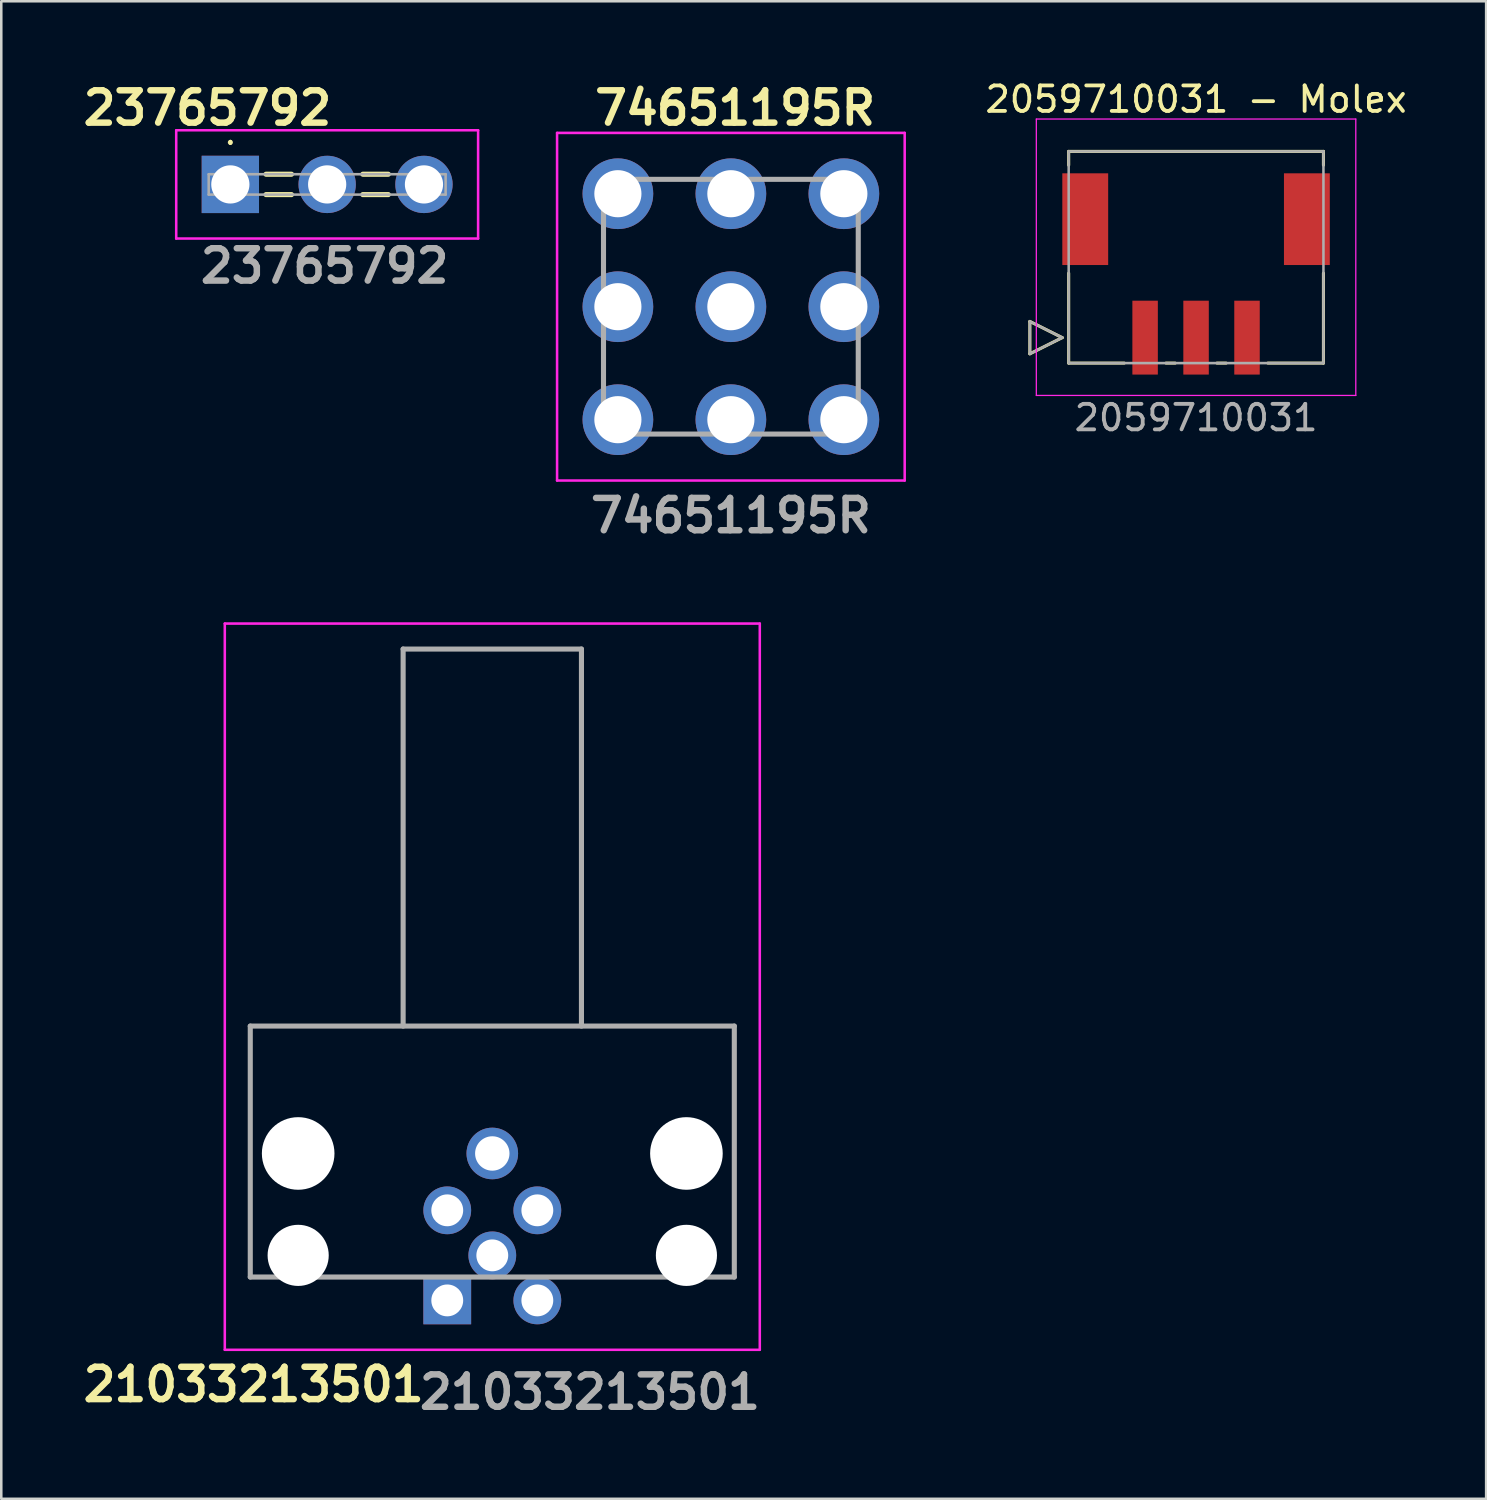
<source format=kicad_pcb>
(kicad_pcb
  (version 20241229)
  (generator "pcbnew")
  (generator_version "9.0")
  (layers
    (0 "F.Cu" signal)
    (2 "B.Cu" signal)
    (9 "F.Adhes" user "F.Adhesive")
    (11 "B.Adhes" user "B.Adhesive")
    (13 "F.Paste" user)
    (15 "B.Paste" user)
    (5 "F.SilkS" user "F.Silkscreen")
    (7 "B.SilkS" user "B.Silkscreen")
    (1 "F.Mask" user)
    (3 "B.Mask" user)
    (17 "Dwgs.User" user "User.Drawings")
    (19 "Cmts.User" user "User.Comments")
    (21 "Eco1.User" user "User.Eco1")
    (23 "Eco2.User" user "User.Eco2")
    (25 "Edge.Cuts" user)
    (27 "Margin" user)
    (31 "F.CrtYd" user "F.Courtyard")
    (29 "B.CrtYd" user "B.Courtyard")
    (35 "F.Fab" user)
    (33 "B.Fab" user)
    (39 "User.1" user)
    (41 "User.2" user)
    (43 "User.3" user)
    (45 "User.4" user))
  (footprint "74651195R"
    (layer "F.Cu")
    (at 25.662 9.112)
    (property "Reference" "74651195R" (at 0.142 -7.923 0) (layer "F.SilkS") (effects (font (size 1.27 1.27) (thickness 0.254))))
    (attr through_hole)
    (fp_line (start -5.023 -2.123) (end -5.023 -2.623) (stroke (width 0.1) (type solid)) (layer "F.SilkS"))
    (fp_line (start -5.023 2.377) (end -5.023 1.877) (stroke (width 0.1) (type solid)) (layer "F.SilkS"))
    (fp_line (start -2.523 -5.123) (end -2.023 -5.123) (stroke (width 0.1) (type solid)) (layer "F.SilkS"))
    (fp_line (start -2.523 4.877) (end -2.023 4.877) (stroke (width 0.1) (type solid)) (layer "F.SilkS"))
    (fp_line (start 1.977 -5.123) (end 2.477 -5.123) (stroke (width 0.1) (type solid)) (layer "F.SilkS"))
    (fp_line (start 1.977 4.877) (end 2.477 4.877) (stroke (width 0.1) (type solid)) (layer "F.SilkS"))
    (fp_line (start 4.977 -2.623) (end 4.977 -2.123) (stroke (width 0.1) (type solid)) (layer "F.SilkS"))
    (fp_line (start 4.977 1.877) (end 4.977 2.377) (stroke (width 0.1) (type solid)) (layer "F.SilkS"))
    (fp_line (start -6.845 -6.945) (end 6.8 -6.945) (stroke (width 0.1) (type solid)) (layer "F.CrtYd"))
    (fp_line (start -6.845 6.7) (end -6.845 -6.945) (stroke (width 0.1) (type solid)) (layer "F.CrtYd"))
    (fp_line (start 6.8 -6.945) (end 6.8 6.7) (stroke (width 0.1) (type solid)) (layer "F.CrtYd"))
    (fp_line (start 6.8 6.7) (end -6.845 6.7) (stroke (width 0.1) (type solid)) (layer "F.CrtYd"))
    (fp_line (start -5.023 -5.123) (end 4.977 -5.123) (stroke (width 0.2) (type solid)) (layer "F.Fab"))
    (fp_line (start -5.023 4.877) (end -5.023 -5.123) (stroke (width 0.2) (type solid)) (layer "F.Fab"))
    (fp_line (start 4.977 -5.123) (end 4.977 4.877) (stroke (width 0.2) (type solid)) (layer "F.Fab"))
    (fp_line (start 4.977 4.877) (end -5.023 4.877) (stroke (width 0.2) (type solid)) (layer "F.Fab"))
    (fp_text user "${REFERENCE}" (at -0.023 8.077 0) (layer "F.Fab") (effects (font (size 1.27 1.27) (thickness 0.254))))
    (pad "1" thru_hole circle (at -4.458 4.312) (size 2.775 2.775) (drill 1.85) (layers "*.Cu" "*.Mask"))
    (pad "2" thru_hole circle (at -0.023 4.312) (size 2.775 2.775) (drill 1.85) (layers "*.Cu" "*.Mask"))
    (pad "3" thru_hole circle (at 4.412 4.312) (size 2.775 2.775) (drill 1.85) (layers "*.Cu" "*.Mask"))
    (pad "4" thru_hole circle (at -4.458 -0.123) (size 2.775 2.775) (drill 1.85) (layers "*.Cu" "*.Mask"))
    (pad "5" thru_hole circle (at -0.023 -0.123) (size 2.775 2.775) (drill 1.85) (layers "*.Cu" "*.Mask"))
    (pad "6" thru_hole circle (at 4.412 -0.123) (size 2.775 2.775) (drill 1.85) (layers "*.Cu" "*.Mask"))
    (pad "7" thru_hole circle (at -4.458 -4.558) (size 2.775 2.775) (drill 1.85) (layers "*.Cu" "*.Mask"))
    (pad "8" thru_hole circle (at -0.023 -4.558) (size 2.775 2.775) (drill 1.85) (layers "*.Cu" "*.Mask"))
    (pad "9" thru_hole circle (at 4.412 -4.558) (size 2.775 2.775) (drill 1.85) (layers "*.Cu" "*.Mask")))
  (footprint "2059710031 - Molex"
    (layer "F.Cu")
    (at 43.899 6.448)
    (property "Reference" "2059710031 - Molex" (at 0 -5.6 0) (layer "F.SilkS") (effects (font (size 1 1) (thickness 0.15))))
    (attr smd)
    (fp_line (start -6.524 3.12) (end -6.524 4.39) (stroke (width 0.12) (type solid)) (layer "F.SilkS"))
    (fp_line (start -6.524 4.39) (end -5.254 3.755) (stroke (width 0.12) (type solid)) (layer "F.SilkS"))
    (fp_line (start -5.254 3.755) (end -6.524 3.12) (stroke (width 0.12) (type solid)) (layer "F.SilkS"))
    (fp_line (start -5 -3.555) (end -5 -3.015) (stroke (width 0.12) (type solid)) (layer "F.SilkS"))
    (fp_line (start -5 1.225) (end -5 4.755) (stroke (width 0.12) (type solid)) (layer "F.SilkS"))
    (fp_line (start -5 4.755) (end -2.82 4.755) (stroke (width 0.12) (type solid)) (layer "F.SilkS"))
    (fp_line (start -1.18 4.755) (end -0.82 4.755) (stroke (width 0.12) (type solid)) (layer "F.SilkS"))
    (fp_line (start 0.82 4.755) (end 1.18 4.755) (stroke (width 0.12) (type solid)) (layer "F.SilkS"))
    (fp_line (start 2.82 4.755) (end 5 4.755) (stroke (width 0.12) (type solid)) (layer "F.SilkS"))
    (fp_line (start 5 -3.555) (end -5 -3.555) (stroke (width 0.12) (type solid)) (layer "F.SilkS"))
    (fp_line (start 5 -3.015) (end 5 -3.555) (stroke (width 0.12) (type solid)) (layer "F.SilkS"))
    (fp_line (start 5 4.755) (end 5 1.225) (stroke (width 0.12) (type solid)) (layer "F.SilkS"))
    (fp_line (start -6.27 -4.825) (end -6.27 6.025) (stroke (width 0.05) (type solid)) (layer "F.CrtYd"))
    (fp_line (start -6.27 6.025) (end 6.27 6.025) (stroke (width 0.05) (type solid)) (layer "F.CrtYd"))
    (fp_line (start 6.27 -4.825) (end -6.27 -4.825) (stroke (width 0.05) (type solid)) (layer "F.CrtYd"))
    (fp_line (start 6.27 6.025) (end 6.27 -4.825) (stroke (width 0.05) (type solid)) (layer "F.CrtYd"))
    (fp_line (start -6.524 3.12) (end -6.524 4.39) (stroke (width 0.1) (type solid)) (layer "F.Fab"))
    (fp_line (start -6.524 4.39) (end -5.254 3.755) (stroke (width 0.1) (type solid)) (layer "F.Fab"))
    (fp_line (start -5.254 3.755) (end -6.524 3.12) (stroke (width 0.1) (type solid)) (layer "F.Fab"))
    (fp_line (start -5 -3.555) (end -5 4.755) (stroke (width 0.1) (type solid)) (layer "F.Fab"))
    (fp_line (start -5 4.755) (end 5 4.755) (stroke (width 0.1) (type solid)) (layer "F.Fab"))
    (fp_line (start 5 -3.555) (end -5 -3.555) (stroke (width 0.1) (type solid)) (layer "F.Fab"))
    (fp_line (start 5 4.755) (end 5 -3.555) (stroke (width 0.1) (type solid)) (layer "F.Fab"))
    (fp_text user "2059710031" (at 0 6.9 0) (layer "F.Fab") (effects (font (size 1 1) (thickness 0.15))))
    (pad "1" smd rect (at -2 3.755) (size 1 2.9) (layers "F.Cu" "F.Mask" "F.Paste"))
    (pad "2" smd rect (at 0 3.755) (size 1 2.9) (layers "F.Cu" "F.Mask" "F.Paste"))
    (pad "3" smd rect (at 2 3.755) (size 1 2.9) (layers "F.Cu" "F.Mask" "F.Paste"))
    (pad "S1" smd rect (at 4.35 -0.895) (size 1.8 3.6) (layers "F.Cu" "F.Mask" "F.Paste"))
    (pad "S2" smd rect (at -4.35 -0.895) (size 1.8 3.6) (layers "F.Cu" "F.Mask" "F.Paste")))
  (footprint "23765792"
    (layer "F.Cu")
    (at 5.992 4.189)
    (property "Reference" "23765792" (at -0.9 -3 0) (layer "F.SilkS") (effects (font (size 1.27 1.27) (thickness 0.254))))
    (attr through_hole)
    (fp_line (start 0 -1.7) (end 0 -1.7) (stroke (width 0.1) (type solid)) (layer "F.SilkS"))
    (fp_line (start 0 -1.6) (end 0 -1.6) (stroke (width 0.1) (type solid)) (layer "F.SilkS"))
    (fp_line (start 1.4 -0.4) (end 2.4 -0.4) (stroke (width 0.2) (type solid)) (layer "F.SilkS"))
    (fp_line (start 1.4 0.4) (end 2.4 0.4) (stroke (width 0.2) (type solid)) (layer "F.SilkS"))
    (fp_line (start 5.2 -0.4) (end 6.2 -0.4) (stroke (width 0.2) (type solid)) (layer "F.SilkS"))
    (fp_line (start 5.2 0.4) (end 6.2 0.4) (stroke (width 0.2) (type solid)) (layer "F.SilkS"))
    (fp_arc (start 0 -1.7) (mid 0.05 -1.65) (end 0 -1.6) (stroke (width 0.1) (type solid)) (layer "F.SilkS"))
    (fp_arc (start 0 -1.6) (mid -0.05 -1.65) (end 0 -1.7) (stroke (width 0.1) (type solid)) (layer "F.SilkS"))
    (fp_line (start -2.125 -2.125) (end 9.725 -2.125) (stroke (width 0.1) (type solid)) (layer "F.CrtYd"))
    (fp_line (start -2.125 2.125) (end -2.125 -2.125) (stroke (width 0.1) (type solid)) (layer "F.CrtYd"))
    (fp_line (start 9.725 -2.125) (end 9.725 2.125) (stroke (width 0.1) (type solid)) (layer "F.CrtYd"))
    (fp_line (start 9.725 2.125) (end -2.125 2.125) (stroke (width 0.1) (type solid)) (layer "F.CrtYd"))
    (fp_line (start -0.85 -0.4) (end -0.85 0.4) (stroke (width 0.1) (type solid)) (layer "F.Fab"))
    (fp_line (start -0.85 0.4) (end 8.45 0.4) (stroke (width 0.1) (type solid)) (layer "F.Fab"))
    (fp_line (start 8.45 -0.4) (end -0.85 -0.4) (stroke (width 0.1) (type solid)) (layer "F.Fab"))
    (fp_line (start 8.45 0.4) (end 8.45 -0.4) (stroke (width 0.1) (type solid)) (layer "F.Fab"))
    (fp_text user "${REFERENCE}" (at 3.7 3.2 0) (layer "F.Fab") (effects (font (size 1.27 1.27) (thickness 0.254))))
    (pad "1" thru_hole rect (at 0 0) (size 2.25 2.25) (drill 1.5) (layers "*.Cu" "*.Mask"))
    (pad "2" thru_hole circle (at 3.8 0) (size 2.25 2.25) (drill 1.5) (layers "*.Cu" "*.Mask"))
    (pad "3" thru_hole circle (at 7.6 0) (size 2.25 2.25) (drill 1.5) (layers "*.Cu" "*.Mask")))
  (footprint "21033213501"
    (layer "F.Cu")
    (at 14.506 47.995)
    (property "Reference" "21033213501" (at -7.6 3.3 0) (layer "F.SilkS") (effects (font (size 1.27 1.27) (thickness 0.254))))
    (attr through_hole)
    (fp_line (start -7.732 -10.768) (end -7.732 -0.918) (stroke (width 0.1) (type solid)) (layer "F.SilkS"))
    (fp_line (start 11.268 -10.768) (end -7.732 -10.768) (stroke (width 0.1) (type solid)) (layer "F.SilkS"))
    (fp_line (start 11.268 -0.918) (end 11.268 -10.768) (stroke (width 0.1) (type solid)) (layer "F.SilkS"))
    (fp_line (start -8.732 -26.568) (end -8.732 1.938) (stroke (width 0.1) (type solid)) (layer "F.CrtYd"))
    (fp_line (start -8.732 1.938) (end 12.268 1.938) (stroke (width 0.1) (type solid)) (layer "F.CrtYd"))
    (fp_line (start 12.268 -26.568) (end -8.732 -26.568) (stroke (width 0.1) (type solid)) (layer "F.CrtYd"))
    (fp_line (start 12.268 1.938) (end 12.268 -26.568) (stroke (width 0.1) (type solid)) (layer "F.CrtYd"))
    (fp_line (start -7.732 -10.768) (end -7.732 -0.918) (stroke (width 0.2) (type solid)) (layer "F.Fab"))
    (fp_line (start -7.732 -0.918) (end 11.268 -0.918) (stroke (width 0.2) (type solid)) (layer "F.Fab"))
    (fp_line (start -1.732 -25.568) (end -1.732 -10.768) (stroke (width 0.2) (type solid)) (layer "F.Fab"))
    (fp_line (start 5.268 -25.568) (end -1.732 -25.568) (stroke (width 0.2) (type solid)) (layer "F.Fab"))
    (fp_line (start 5.268 -10.768) (end 5.268 -25.568) (stroke (width 0.2) (type solid)) (layer "F.Fab"))
    (fp_line (start 11.268 -10.768) (end -7.732 -10.768) (stroke (width 0.2) (type solid)) (layer "F.Fab"))
    (fp_line (start 11.268 -0.918) (end 11.268 -10.768) (stroke (width 0.2) (type solid)) (layer "F.Fab"))
    (fp_text user "${REFERENCE}" (at 5.6 3.6 0) (layer "F.Fab") (effects (font (size 1.27 1.27) (thickness 0.254))))
    (pad "" np_thru_hole circle (at -5.852 -5.768) (size 2.85 2.85) (drill 2.85) (layers "*.Cu" "*.Mask"))
    (pad "" np_thru_hole circle (at -5.852 -1.768) (size 2.4 2.4) (drill 2.4) (layers "*.Cu" "*.Mask"))
    (pad "" np_thru_hole circle (at 9.388 -5.768) (size 2.85 2.85) (drill 2.85) (layers "*.Cu" "*.Mask"))
    (pad "" np_thru_hole circle (at 9.388 -1.768) (size 2.4 2.4) (drill 2.4) (layers "*.Cu" "*.Mask"))
    (pad "1" thru_hole rect (at 0 0) (size 1.875 1.875) (drill 1.25) (layers "*.Cu" "*.Mask"))
    (pad "2" thru_hole circle (at 3.536 0) (size 1.875 1.875) (drill 1.25) (layers "*.Cu" "*.Mask"))
    (pad "3" thru_hole circle (at 3.536 -3.536) (size 1.875 1.875) (drill 1.25) (layers "*.Cu" "*.Mask"))
    (pad "4" thru_hole circle (at 0 -3.536) (size 1.875 1.875) (drill 1.25) (layers "*.Cu" "*.Mask"))
    (pad "5" thru_hole circle (at 1.768 -1.768) (size 1.875 1.875) (drill 1.25) (layers "*.Cu" "*.Mask"))
    (pad "S1" thru_hole circle (at 1.768 -5.768) (size 2.025 2.025) (drill 1.35) (layers "*.Cu" "*.Mask")))
  (gr_rect
    (start -3 -3)
    (end 55.286 55.784)
    (stroke (width 0.1) (type default))
    (fill no)
    (layer "Edge.Cuts")))
</source>
